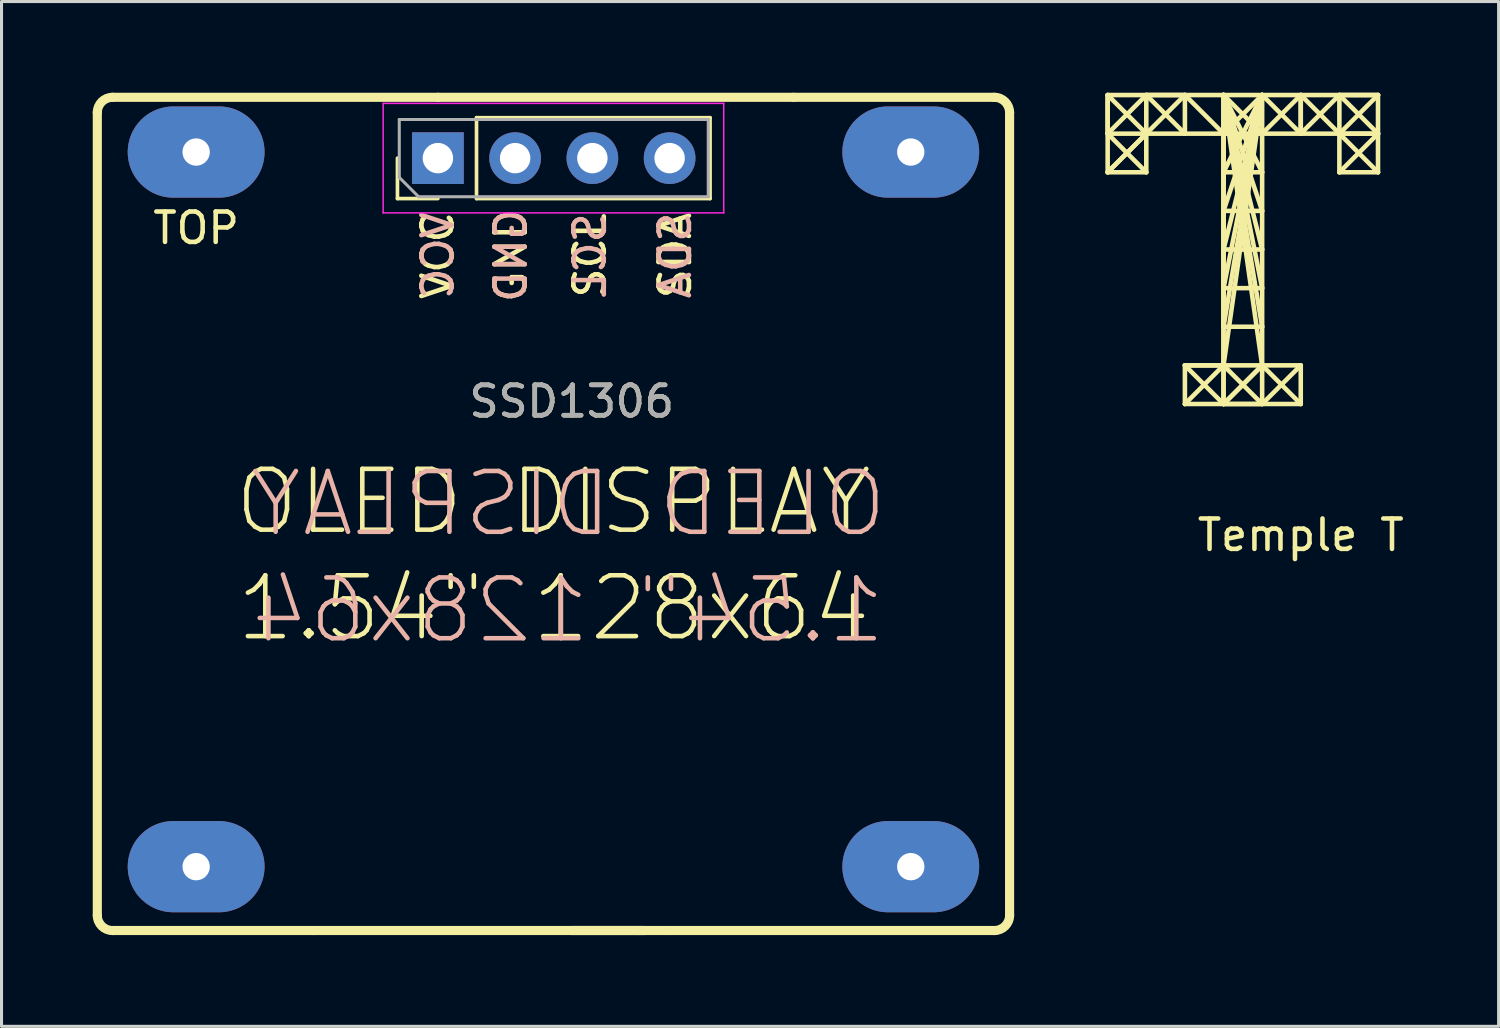
<source format=kicad_pcb>
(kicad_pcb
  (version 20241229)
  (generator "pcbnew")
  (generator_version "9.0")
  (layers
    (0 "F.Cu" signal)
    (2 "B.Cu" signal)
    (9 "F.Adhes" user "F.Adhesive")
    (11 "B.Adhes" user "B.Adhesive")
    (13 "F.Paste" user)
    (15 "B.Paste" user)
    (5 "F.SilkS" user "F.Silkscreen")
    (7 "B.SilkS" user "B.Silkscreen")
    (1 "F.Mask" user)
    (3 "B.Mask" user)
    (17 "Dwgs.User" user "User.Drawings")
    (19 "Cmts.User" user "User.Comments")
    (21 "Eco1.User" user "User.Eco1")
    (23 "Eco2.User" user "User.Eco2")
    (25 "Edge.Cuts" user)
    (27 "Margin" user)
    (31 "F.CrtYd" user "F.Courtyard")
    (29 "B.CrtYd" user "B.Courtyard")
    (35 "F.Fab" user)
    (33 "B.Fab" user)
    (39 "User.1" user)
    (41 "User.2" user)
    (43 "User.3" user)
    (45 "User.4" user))
  (footprint "SSD1306"
    (layer "F.Cu")
    (at 15.15 3.95)
    (property "Reference" "SSD1306" (at 0.6 6.2 180) (layer "F.SilkS") (effects (font (size 1 1) (thickness 0.15))))
    (attr through_hole)
    (fp_line (start -15 23.1) (end -15 -3.3) (stroke (width 0.3) (type solid)) (layer "F.SilkS"))
    (fp_line (start -14.5 -3.8) (end -3.8 -3.8) (stroke (width 0.3) (type solid)) (layer "F.SilkS"))
    (fp_line (start -14.5 23.6) (end -7.9 23.6) (stroke (width 0.3) (type solid)) (layer "F.SilkS"))
    (fp_line (start -5.13 -0.47) (end -5.13 -1.8) (stroke (width 0.12) (type solid)) (layer "F.SilkS"))
    (fp_line (start -3.8 -3.8) (end 7.9 -3.8) (stroke (width 0.3) (type solid)) (layer "F.SilkS"))
    (fp_line (start -3.8 -0.47) (end -5.13 -0.47) (stroke (width 0.12) (type solid)) (layer "F.SilkS"))
    (fp_line (start -2.53 -3.13) (end 5.15 -3.13) (stroke (width 0.12) (type solid)) (layer "F.SilkS"))
    (fp_line (start -2.53 -0.47) (end -2.53 -3.13) (stroke (width 0.12) (type solid)) (layer "F.SilkS"))
    (fp_line (start -2.53 -0.47) (end 5.15 -0.47) (stroke (width 0.12) (type solid)) (layer "F.SilkS"))
    (fp_line (start 0.6 23.6) (end 2.8 23.6) (stroke (width 0.3) (type solid)) (layer "F.SilkS"))
    (fp_line (start 2.8 23.6) (end 3 23.6) (stroke (width 0.3) (type solid)) (layer "F.SilkS"))
    (fp_line (start 3.8 23.6) (end -7.9 23.6) (stroke (width 0.3) (type solid)) (layer "F.SilkS"))
    (fp_line (start 5.15 -0.47) (end 5.15 -3.13) (stroke (width 0.12) (type solid)) (layer "F.SilkS"))
    (fp_line (start 14.5 -3.8) (end 7.9 -3.8) (stroke (width 0.3) (type solid)) (layer "F.SilkS"))
    (fp_line (start 14.5 23.6) (end 3.8 23.6) (stroke (width 0.3) (type solid)) (layer "F.SilkS"))
    (fp_line (start 15 -3.3) (end 15 23.1) (stroke (width 0.3) (type solid)) (layer "F.SilkS"))
    (fp_arc (start -15 -3.3) (mid -14.853553 -3.653553) (end -14.5 -3.8) (stroke (width 0.3) (type solid)) (layer "F.SilkS"))
    (fp_arc (start -14.5 23.6) (mid -14.853553 23.453553) (end -15 23.1) (stroke (width 0.3) (type solid)) (layer "F.SilkS"))
    (fp_arc (start 14.5 -3.8) (mid 14.853553 -3.653553) (end 15 -3.3) (stroke (width 0.3) (type solid)) (layer "F.SilkS"))
    (fp_arc (start 15 23.1) (mid 14.853553 23.453553) (end 14.5 23.6) (stroke (width 0.3) (type solid)) (layer "F.SilkS"))
    (fp_line (start -5.6 -3.6) (end -5.6 0) (stroke (width 0.05) (type solid)) (layer "F.CrtYd"))
    (fp_line (start -5.6 0) (end 5.6 0) (stroke (width 0.05) (type solid)) (layer "F.CrtYd"))
    (fp_line (start 5.6 -3.6) (end -5.6 -3.6) (stroke (width 0.05) (type solid)) (layer "F.CrtYd"))
    (fp_line (start 5.6 0) (end 5.6 -3.6) (stroke (width 0.05) (type solid)) (layer "F.CrtYd"))
    (fp_line (start -5.07 -3.07) (end 5.09 -3.07) (stroke (width 0.1) (type solid)) (layer "F.Fab"))
    (fp_line (start -5.07 -1.165) (end -5.07 -3.07) (stroke (width 0.1) (type solid)) (layer "F.Fab"))
    (fp_line (start -4.435 -0.53) (end -5.07 -1.165) (stroke (width 0.1) (type solid)) (layer "F.Fab"))
    (fp_line (start 5.09 -3.07) (end 5.09 -0.53) (stroke (width 0.1) (type solid)) (layer "F.Fab"))
    (fp_line (start 5.09 -0.53) (end -4.435 -0.53) (stroke (width 0.1) (type solid)) (layer "F.Fab"))
    (fp_text user "1.54\" 128x64" (at 0 13 0) (layer "F.SilkS") (effects (font (size 2 2) (thickness 0.15))))
    (fp_text user "SDA" (at 4 1.4 90) (layer "F.SilkS") (effects (font (size 1 1) (thickness 0.15))))
    (fp_text user "GND" (at -1.4 1.4 90) (layer "F.SilkS") (effects (font (size 1 1) (thickness 0.15))))
    (fp_text user "VCC" (at -3.8 1.4 90) (layer "F.SilkS") (effects (font (size 1 1) (thickness 0.15))))
    (fp_text user "SCL" (at 1.2 1.4 90) (layer "F.SilkS") (effects (font (size 1 1) (thickness 0.15))))
    (fp_text user "TOP" (at -11.75 0.5 0) (layer "F.SilkS") (effects (font (size 1 1) (thickness 0.15))))
    (fp_text user "OLED DISPLAY" (at 0 9.5 0) (layer "F.SilkS") (effects (font (size 2 2) (thickness 0.15))))
    (fp_text user "SCL" (at 1.2 1.4 270) (layer "B.SilkS") (effects (font (size 1 1) (thickness 0.15)) (justify mirror)))
    (fp_text user "1.54\" 128x64" (at 0.484 13.07 180) (layer "B.SilkS") (effects (font (size 2 2) (thickness 0.15)) (justify mirror)))
    (fp_text user "VCC" (at -3.8 1.4 270) (layer "B.SilkS") (effects (font (size 1 1) (thickness 0.15)) (justify mirror)))
    (fp_text user "SDA" (at 4 1.4 270) (layer "B.SilkS") (effects (font (size 1 1) (thickness 0.15)) (justify mirror)))
    (fp_text user "GND" (at -1.4 1.4 270) (layer "B.SilkS") (effects (font (size 1 1) (thickness 0.15)) (justify mirror)))
    (fp_text user "OLED DISPLAY" (at 0.484 9.57 180) (layer "B.SilkS") (effects (font (size 2 2) (thickness 0.15)) (justify mirror)))
    (fp_text user "${REFERENCE}" (at 0.6 6.2 180) (layer "F.Fab") (effects (font (size 1 1) (thickness 0.15))))
    (pad "1" thru_hole rect (at -3.8 -1.8 180) (size 1.7 1.7) (drill 1) (layers "*.Cu" "*.Mask"))
    (pad "2" thru_hole oval (at -1.26 -1.8 90) (size 1.7 1.7) (drill 1) (layers "*.Cu" "*.Mask"))
    (pad "3" thru_hole oval (at 1.28 -1.8 90) (size 1.7 1.7) (drill 1) (layers "*.Cu" "*.Mask"))
    (pad "4" thru_hole oval (at 3.82 -1.8 90) (size 1.7 1.7) (drill 1) (layers "*.Cu" "*.Mask"))
    (pad "5" thru_hole oval (at -11.75 -2) (size 4.5 3) (drill 0.9) (layers "*.Cu" "*.Mask"))
    (pad "5" thru_hole oval (at -11.75 21.5) (size 4.5 3) (drill 0.9) (layers "*.Cu" "*.Mask"))
    (pad "5" thru_hole oval (at 11.75 -2) (size 4.5 3) (drill 0.9) (layers "*.Cu" "*.Mask"))
    (pad "5" thru_hole oval (at 11.75 21.5) (size 4.5 3) (drill 0.9) (layers "*.Cu" "*.Mask")))
  (footprint "Temple T"
    (layer "F.Cu")
    (at 39.725 14.045)
    (property "Reference" "Temple T" (at 0 0.5 0) (layer "F.SilkS") (effects (font (size 1 1) (thickness 0.15))))
    (attr through_hole)
    (fp_line (start -6.35 -13.97) (end -6.35 -12.7) (stroke (width 0.15) (type solid)) (layer "F.SilkS"))
    (fp_line (start -6.35 -13.97) (end -6.35 -11.43) (stroke (width 0.15) (type solid)) (layer "F.SilkS"))
    (fp_line (start -6.35 -12.7) (end -5.08 -13.97) (stroke (width 0.15) (type solid)) (layer "F.SilkS"))
    (fp_line (start -6.35 -12.7) (end -5.08 -12.7) (stroke (width 0.15) (type solid)) (layer "F.SilkS"))
    (fp_line (start -6.35 -11.43) (end -5.08 -12.7) (stroke (width 0.15) (type solid)) (layer "F.SilkS"))
    (fp_line (start -6.35 -11.43) (end -5.08 -11.43) (stroke (width 0.15) (type solid)) (layer "F.SilkS"))
    (fp_line (start -5.08 -13.97) (end -5.08 -12.7) (stroke (width 0.15) (type solid)) (layer "F.SilkS"))
    (fp_line (start -5.08 -13.97) (end -3.81 -12.7) (stroke (width 0.15) (type solid)) (layer "F.SilkS"))
    (fp_line (start -5.08 -12.7) (end -6.35 -13.97) (stroke (width 0.15) (type solid)) (layer "F.SilkS"))
    (fp_line (start -5.08 -12.7) (end -6.35 -11.43) (stroke (width 0.15) (type solid)) (layer "F.SilkS"))
    (fp_line (start -5.08 -12.7) (end -5.08 -11.43) (stroke (width 0.15) (type solid)) (layer "F.SilkS"))
    (fp_line (start -5.08 -12.7) (end -3.81 -13.97) (stroke (width 0.15) (type solid)) (layer "F.SilkS"))
    (fp_line (start -5.08 -11.43) (end -6.35 -12.7) (stroke (width 0.15) (type solid)) (layer "F.SilkS"))
    (fp_line (start -3.81 -13.97) (end -5.08 -13.97) (stroke (width 0.15) (type solid)) (layer "F.SilkS"))
    (fp_line (start -3.81 -13.97) (end -2.54 -12.7) (stroke (width 0.15) (type solid)) (layer "F.SilkS"))
    (fp_line (start -3.81 -12.7) (end -3.81 -13.97) (stroke (width 0.15) (type solid)) (layer "F.SilkS"))
    (fp_line (start -3.81 -5.08) (end -3.81 -3.81) (stroke (width 0.15) (type solid)) (layer "F.SilkS"))
    (fp_line (start -3.81 -5.08) (end -2.54 -5.08) (stroke (width 0.15) (type solid)) (layer "F.SilkS"))
    (fp_line (start -3.81 -3.81) (end -2.54 -5.08) (stroke (width 0.15) (type solid)) (layer "F.SilkS"))
    (fp_line (start -3.81 -3.81) (end 0 -3.81) (stroke (width 0.15) (type solid)) (layer "F.SilkS"))
    (fp_line (start -2.54 -13.97) (end -2.54 -6.35) (stroke (width 0.15) (type solid)) (layer "F.SilkS"))
    (fp_line (start -2.54 -13.97) (end -2.54 -5.08) (stroke (width 0.15) (type solid)) (layer "F.SilkS"))
    (fp_line (start -2.54 -13.97) (end -1.27 -12.7) (stroke (width 0.15) (type solid)) (layer "F.SilkS"))
    (fp_line (start -2.54 -13.97) (end -1.27 -10.16) (stroke (width 0.15) (type solid)) (layer "F.SilkS"))
    (fp_line (start -2.54 -13.97) (end -1.27 -7.62) (stroke (width 0.15) (type solid)) (layer "F.SilkS"))
    (fp_line (start -2.54 -12.7) (end -5.08 -12.7) (stroke (width 0.15) (type solid)) (layer "F.SilkS"))
    (fp_line (start -2.54 -12.7) (end -2.54 -13.97) (stroke (width 0.15) (type solid)) (layer "F.SilkS"))
    (fp_line (start -2.54 -12.7) (end -1.27 -13.97) (stroke (width 0.15) (type solid)) (layer "F.SilkS"))
    (fp_line (start -2.54 -11.43) (end -1.27 -11.43) (stroke (width 0.15) (type solid)) (layer "F.SilkS"))
    (fp_line (start -2.54 -10.16) (end -1.27 -13.97) (stroke (width 0.15) (type solid)) (layer "F.SilkS"))
    (fp_line (start -2.54 -8.89) (end -1.27 -8.89) (stroke (width 0.15) (type solid)) (layer "F.SilkS"))
    (fp_line (start -2.54 -7.62) (end -1.27 -13.97) (stroke (width 0.15) (type solid)) (layer "F.SilkS"))
    (fp_line (start -2.54 -6.35) (end -1.27 -13.97) (stroke (width 0.15) (type solid)) (layer "F.SilkS"))
    (fp_line (start -2.54 -6.35) (end -1.27 -6.35) (stroke (width 0.15) (type solid)) (layer "F.SilkS"))
    (fp_line (start -2.54 -5.08) (end -3.81 -5.08) (stroke (width 0.15) (type solid)) (layer "F.SilkS"))
    (fp_line (start -2.54 -5.08) (end -2.54 -12.7) (stroke (width 0.15) (type solid)) (layer "F.SilkS"))
    (fp_line (start -2.54 -5.08) (end -2.54 -3.81) (stroke (width 0.15) (type solid)) (layer "F.SilkS"))
    (fp_line (start -2.54 -5.08) (end -1.27 -5.08) (stroke (width 0.15) (type solid)) (layer "F.SilkS"))
    (fp_line (start -2.54 -5.08) (end -1.27 -3.81) (stroke (width 0.15) (type solid)) (layer "F.SilkS"))
    (fp_line (start -2.54 -3.81) (end -3.81 -5.08) (stroke (width 0.15) (type solid)) (layer "F.SilkS"))
    (fp_line (start -2.54 -3.81) (end -2.54 -5.08) (stroke (width 0.15) (type solid)) (layer "F.SilkS"))
    (fp_line (start -2.54 -3.81) (end -1.27 -5.08) (stroke (width 0.15) (type solid)) (layer "F.SilkS"))
    (fp_line (start -1.27 -13.97) (end -2.54 -11.43) (stroke (width 0.15) (type solid)) (layer "F.SilkS"))
    (fp_line (start -1.27 -13.97) (end -2.54 -8.89) (stroke (width 0.15) (type solid)) (layer "F.SilkS"))
    (fp_line (start -1.27 -13.97) (end -2.54 -5.08) (stroke (width 0.15) (type solid)) (layer "F.SilkS"))
    (fp_line (start -1.27 -13.97) (end 0 -12.7) (stroke (width 0.15) (type solid)) (layer "F.SilkS"))
    (fp_line (start -1.27 -12.7) (end -2.54 -12.7) (stroke (width 0.15) (type solid)) (layer "F.SilkS"))
    (fp_line (start -1.27 -12.7) (end -1.27 -13.97) (stroke (width 0.15) (type solid)) (layer "F.SilkS"))
    (fp_line (start -1.27 -12.7) (end 1.27 -12.7) (stroke (width 0.15) (type solid)) (layer "F.SilkS"))
    (fp_line (start -1.27 -11.43) (end -2.54 -13.97) (stroke (width 0.15) (type solid)) (layer "F.SilkS"))
    (fp_line (start -1.27 -10.16) (end -2.54 -10.16) (stroke (width 0.15) (type solid)) (layer "F.SilkS"))
    (fp_line (start -1.27 -8.89) (end -2.54 -13.97) (stroke (width 0.15) (type solid)) (layer "F.SilkS"))
    (fp_line (start -1.27 -7.62) (end -2.54 -7.62) (stroke (width 0.15) (type solid)) (layer "F.SilkS"))
    (fp_line (start -1.27 -6.35) (end -2.54 -13.97) (stroke (width 0.15) (type solid)) (layer "F.SilkS"))
    (fp_line (start -1.27 -5.08) (end -2.54 -13.97) (stroke (width 0.15) (type solid)) (layer "F.SilkS"))
    (fp_line (start -1.27 -5.08) (end -2.54 -3.81) (stroke (width 0.15) (type solid)) (layer "F.SilkS"))
    (fp_line (start -1.27 -5.08) (end -1.27 -12.7) (stroke (width 0.15) (type solid)) (layer "F.SilkS"))
    (fp_line (start -1.27 -5.08) (end -1.27 -3.81) (stroke (width 0.15) (type solid)) (layer "F.SilkS"))
    (fp_line (start -1.27 -3.81) (end -2.54 -3.81) (stroke (width 0.15) (type solid)) (layer "F.SilkS"))
    (fp_line (start -1.27 -3.81) (end 0 -5.08) (stroke (width 0.15) (type solid)) (layer "F.SilkS"))
    (fp_line (start 0 -13.97) (end -1.27 -12.7) (stroke (width 0.15) (type solid)) (layer "F.SilkS"))
    (fp_line (start 0 -13.97) (end 1.27 -12.7) (stroke (width 0.15) (type solid)) (layer "F.SilkS"))
    (fp_line (start 0 -12.7) (end 0 -13.97) (stroke (width 0.15) (type solid)) (layer "F.SilkS"))
    (fp_line (start 0 -12.7) (end 0 -13.97) (stroke (width 0.15) (type solid)) (layer "F.SilkS"))
    (fp_line (start 0 -5.08) (end -1.27 -5.08) (stroke (width 0.15) (type solid)) (layer "F.SilkS"))
    (fp_line (start 0 -5.08) (end 0 -3.81) (stroke (width 0.15) (type solid)) (layer "F.SilkS"))
    (fp_line (start 0 -3.81) (end -1.27 -5.08) (stroke (width 0.15) (type solid)) (layer "F.SilkS"))
    (fp_line (start 1.27 -13.97) (end 0 -12.7) (stroke (width 0.15) (type solid)) (layer "F.SilkS"))
    (fp_line (start 1.27 -13.97) (end 2.54 -12.7) (stroke (width 0.15) (type solid)) (layer "F.SilkS"))
    (fp_line (start 1.27 -12.7) (end 1.27 -13.97) (stroke (width 0.15) (type solid)) (layer "F.SilkS"))
    (fp_line (start 1.27 -12.7) (end 1.27 -11.43) (stroke (width 0.15) (type solid)) (layer "F.SilkS"))
    (fp_line (start 1.27 -12.7) (end 2.54 -13.97) (stroke (width 0.15) (type solid)) (layer "F.SilkS"))
    (fp_line (start 1.27 -12.7) (end 2.54 -11.43) (stroke (width 0.15) (type solid)) (layer "F.SilkS"))
    (fp_line (start 1.27 -11.43) (end 2.54 -12.7) (stroke (width 0.15) (type solid)) (layer "F.SilkS"))
    (fp_line (start 2.54 -13.97) (end -6.35 -13.97) (stroke (width 0.15) (type solid)) (layer "F.SilkS"))
    (fp_line (start 2.54 -13.97) (end 1.27 -13.97) (stroke (width 0.15) (type solid)) (layer "F.SilkS"))
    (fp_line (start 2.54 -12.7) (end 1.27 -12.7) (stroke (width 0.15) (type solid)) (layer "F.SilkS"))
    (fp_line (start 2.54 -12.7) (end 1.27 -12.7) (stroke (width 0.15) (type solid)) (layer "F.SilkS"))
    (fp_line (start 2.54 -11.43) (end 1.27 -11.43) (stroke (width 0.15) (type solid)) (layer "F.SilkS"))
    (fp_line (start 2.54 -11.43) (end 2.54 -13.97) (stroke (width 0.15) (type solid)) (layer "F.SilkS")))
  (gr_rect
    (start -3 -3)
    (end 46.231 30.7)
    (stroke (width 0.1) (type default))
    (fill no)
    (layer "Edge.Cuts")))
</source>
